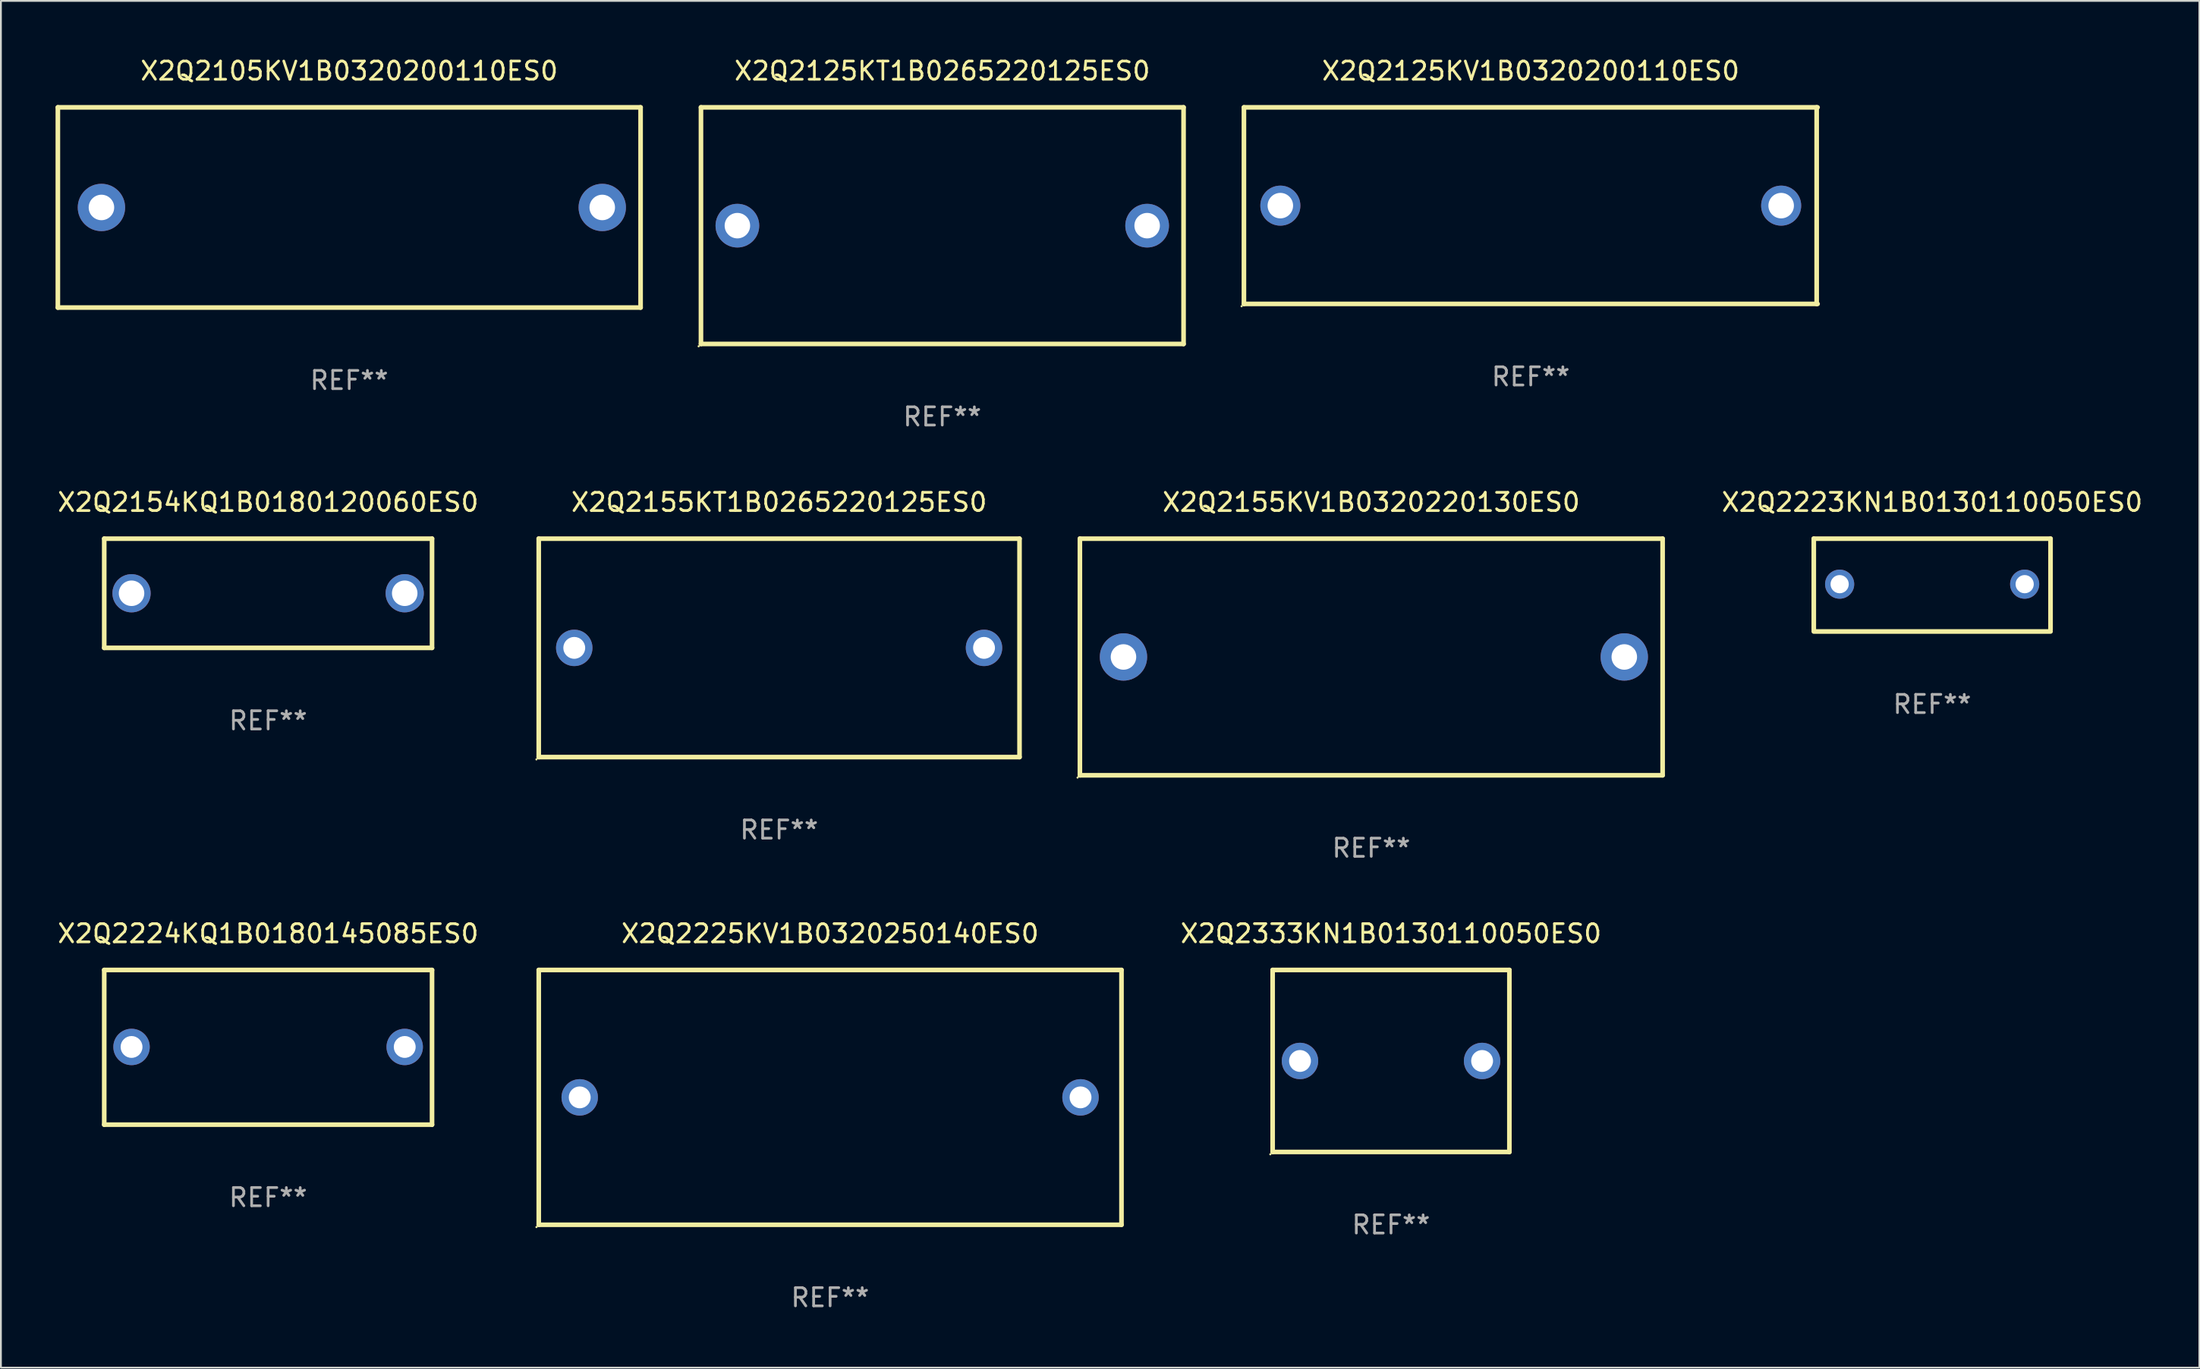
<source format=kicad_pcb>
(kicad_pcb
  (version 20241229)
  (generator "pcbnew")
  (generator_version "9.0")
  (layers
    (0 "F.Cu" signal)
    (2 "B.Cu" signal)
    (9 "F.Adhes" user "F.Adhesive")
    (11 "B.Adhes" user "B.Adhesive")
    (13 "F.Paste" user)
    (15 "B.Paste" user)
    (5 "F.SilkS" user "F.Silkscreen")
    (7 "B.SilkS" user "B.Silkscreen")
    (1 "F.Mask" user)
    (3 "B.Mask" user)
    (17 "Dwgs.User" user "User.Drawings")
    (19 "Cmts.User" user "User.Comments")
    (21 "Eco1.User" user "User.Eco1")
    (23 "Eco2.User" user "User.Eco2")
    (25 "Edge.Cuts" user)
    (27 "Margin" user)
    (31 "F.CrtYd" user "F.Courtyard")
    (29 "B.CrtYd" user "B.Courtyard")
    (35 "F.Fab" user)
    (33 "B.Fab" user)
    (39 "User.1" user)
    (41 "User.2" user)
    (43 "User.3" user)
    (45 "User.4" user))
  (footprint "X2Q2225KV1B0320250140ES0"
    (layer "F.Cu")
    (at 42.532 57.241)
    (property "Reference" "X2Q2225KV1B0320250140ES0" (at 0 -9 0) (layer "F.SilkS") (effects (font (size 1 1) (thickness 0.15))))
    (attr through_hole)
    (fp_line (start -15.999 -7) (end -15.999 7) (stroke (width 0.254) (type solid)) (layer "F.SilkS"))
    (fp_line (start -15.999 -7) (end 15.999 -7) (stroke (width 0.254) (type solid)) (layer "F.SilkS"))
    (fp_line (start 15.999 -7) (end 15.999 7) (stroke (width 0.254) (type solid)) (layer "F.SilkS"))
    (fp_line (start 15.999 7) (end -15.999 7) (stroke (width 0.254) (type solid)) (layer "F.SilkS"))
    (fp_circle (center -16.126 7.127) (end -16.096 7.127) (stroke (width 0.06) (type solid)) (fill no) (layer "F.SilkS"))
    (fp_text user "REF**" (at 0 11 0) (layer "F.Fab") (effects (font (size 1 1) (thickness 0.15))))
    (pad "1" thru_hole circle (at -13.75 0) (size 2 2) (drill 1.2) (layers "*.Cu" "*.Mask"))
    (pad "2" thru_hole circle (at 13.75 0) (size 2 2) (drill 1.2) (layers "*.Cu" "*.Mask")))
  (footprint "X2Q2223KN1B0130110050ES0"
    (layer "F.Cu")
    (at 103.045 29.095)
    (property "Reference" "X2Q2223KN1B0130110050ES0" (at 0 -4.55 0) (layer "F.SilkS") (effects (font (size 1 1) (thickness 0.15))))
    (attr through_hole)
    (fp_line (start -6.5 -2.55) (end 6.5 -2.55) (stroke (width 0.254) (type solid)) (layer "F.SilkS"))
    (fp_line (start -6.5 2.45) (end -6.5 -2.55) (stroke (width 0.254) (type solid)) (layer "F.SilkS"))
    (fp_line (start 6.5 -2.55) (end 6.5 2.45) (stroke (width 0.254) (type solid)) (layer "F.SilkS"))
    (fp_line (start 6.5 2.55) (end -6.5 2.55) (stroke (width 0.254) (type solid)) (layer "F.SilkS"))
    (fp_circle (center -6.5 2.45) (end -6.47 2.45) (stroke (width 0.06) (type solid)) (fill no) (layer "F.SilkS"))
    (fp_text user "REF**" (at 0 6.55 0) (layer "F.Fab") (effects (font (size 1 1) (thickness 0.15))))
    (pad "1" thru_hole circle (at -5.08 -0.05) (size 1.6 1.6) (drill 1) (layers "*.Cu" "*.Mask"))
    (pad "2" thru_hole circle (at 5.08 -0.05) (size 1.6 1.6) (drill 1) (layers "*.Cu" "*.Mask")))
  (footprint "X2Q2155KV1B0320220130ES0"
    (layer "F.Cu")
    (at 72.246 33.045)
    (property "Reference" "X2Q2155KV1B0320220130ES0" (at 0 -8.5 0) (layer "F.SilkS") (effects (font (size 1 1) (thickness 0.15))))
    (attr through_hole)
    (fp_line (start -15.999 -6.5) (end -15.999 6.5) (stroke (width 0.254) (type solid)) (layer "F.SilkS"))
    (fp_line (start -15.999 -6.5) (end 15.999 -6.5) (stroke (width 0.254) (type solid)) (layer "F.SilkS"))
    (fp_line (start 15.999 -6.5) (end 15.999 6.5) (stroke (width 0.254) (type solid)) (layer "F.SilkS"))
    (fp_line (start 15.999 6.5) (end -15.999 6.5) (stroke (width 0.254) (type solid)) (layer "F.SilkS"))
    (fp_circle (center -16.126 6.627) (end -16.096 6.627) (stroke (width 0.06) (type solid)) (fill no) (layer "F.SilkS"))
    (fp_text user "REF**" (at 0 10.5 0) (layer "F.Fab") (effects (font (size 1 1) (thickness 0.15))))
    (pad "1" thru_hole circle (at -13.606 0) (size 2.6 2.6) (drill 1.4) (layers "*.Cu" "*.Mask"))
    (pad "2" thru_hole circle (at 13.894 0) (size 2.6 2.6) (drill 1.4) (layers "*.Cu" "*.Mask")))
  (footprint "X2Q2154KQ1B0180120060ES0"
    (layer "F.Cu")
    (at 11.673 29.545)
    (property "Reference" "X2Q2154KQ1B0180120060ES0" (at 0 -5 0) (layer "F.SilkS") (effects (font (size 1 1) (thickness 0.15))))
    (attr through_hole)
    (fp_line (start -9 -3) (end 9 -3) (stroke (width 0.254) (type solid)) (layer "F.SilkS"))
    (fp_line (start -9 3) (end -9 -3) (stroke (width 0.254) (type solid)) (layer "F.SilkS"))
    (fp_line (start 9 -3) (end 9 3) (stroke (width 0.254) (type solid)) (layer "F.SilkS"))
    (fp_line (start 9 3) (end -9 3) (stroke (width 0.254) (type solid)) (layer "F.SilkS"))
    (fp_circle (center -9 3) (end -8.97 3) (stroke (width 0.06) (type solid)) (fill no) (layer "F.SilkS"))
    (fp_text user "REF**" (at 0 7 0) (layer "F.Fab") (effects (font (size 1 1) (thickness 0.15))))
    (pad "1" thru_hole circle (at -7.5 0) (size 2.1 2.1) (drill 1.4) (layers "*.Cu" "*.Mask"))
    (pad "2" thru_hole circle (at 7.5 0) (size 2.1 2.1) (drill 1.4) (layers "*.Cu" "*.Mask")))
  (footprint "X2Q2333KN1B0130110050ES0"
    (layer "F.Cu")
    (at 73.331 55.241)
    (property "Reference" "X2Q2333KN1B0130110050ES0" (at 0 -7 0) (layer "F.SilkS") (effects (font (size 1 1) (thickness 0.15))))
    (attr through_hole)
    (fp_line (start -6.5 -5) (end -6.5 5) (stroke (width 0.254) (type solid)) (layer "F.SilkS"))
    (fp_line (start -6.5 -5) (end 6.5 -5) (stroke (width 0.254) (type solid)) (layer "F.SilkS"))
    (fp_line (start 6.5 -5) (end 6.5 5) (stroke (width 0.254) (type solid)) (layer "F.SilkS"))
    (fp_line (start 6.5 5) (end -6.5 5) (stroke (width 0.254) (type solid)) (layer "F.SilkS"))
    (fp_circle (center -6.627 5.127) (end -6.597 5.127) (stroke (width 0.06) (type solid)) (fill no) (layer "F.SilkS"))
    (fp_text user "REF**" (at 0 9 0) (layer "F.Fab") (effects (font (size 1 1) (thickness 0.15))))
    (pad "1" thru_hole circle (at -4.999 0) (size 2 2) (drill 1.2) (layers "*.Cu" "*.Mask"))
    (pad "2" thru_hole circle (at 5.001 0) (size 2 2) (drill 1.2) (layers "*.Cu" "*.Mask")))
  (footprint "X2Q2224KQ1B0180145085ES0"
    (layer "F.Cu")
    (at 11.673 54.491)
    (property "Reference" "X2Q2224KQ1B0180145085ES0" (at 0 -6.25 0) (layer "F.SilkS") (effects (font (size 1 1) (thickness 0.15))))
    (attr through_hole)
    (fp_line (start -9 -4.25) (end -9 4.25) (stroke (width 0.254) (type solid)) (layer "F.SilkS"))
    (fp_line (start -9 -4.25) (end 9 -4.25) (stroke (width 0.254) (type solid)) (layer "F.SilkS"))
    (fp_line (start -9 4.25) (end 9 4.25) (stroke (width 0.254) (type solid)) (layer "F.SilkS"))
    (fp_line (start 9 -4.25) (end 9 4.25) (stroke (width 0.254) (type solid)) (layer "F.SilkS"))
    (fp_circle (center -9 4.23) (end -8.97 4.23) (stroke (width 0.06) (type solid)) (fill no) (layer "F.SilkS"))
    (fp_text user "REF**" (at 0 8.25 0) (layer "F.Fab") (effects (font (size 1 1) (thickness 0.15))))
    (pad "1" thru_hole circle (at -7.5 -0.02) (size 2 2) (drill 1.2) (layers "*.Cu" "*.Mask"))
    (pad "2" thru_hole circle (at 7.5 -0.02) (size 2 2) (drill 1.2) (layers "*.Cu" "*.Mask")))
  (footprint "X2Q2105KV1B0320200110ES0"
    (layer "F.Cu")
    (at 16.126 8.348)
    (property "Reference" "X2Q2105KV1B0320200110ES0" (at 0 -7.5 0) (layer "F.SilkS") (effects (font (size 1 1) (thickness 0.15))))
    (attr through_hole)
    (fp_line (start -15.999 -5.5) (end -15.999 5.5) (stroke (width 0.254) (type solid)) (layer "F.SilkS"))
    (fp_line (start -15.999 -5.5) (end 15.999 -5.5) (stroke (width 0.254) (type solid)) (layer "F.SilkS"))
    (fp_line (start 15.999 -5.5) (end 15.999 5.5) (stroke (width 0.254) (type solid)) (layer "F.SilkS"))
    (fp_line (start 15.999 5.5) (end -15.999 5.5) (stroke (width 0.254) (type solid)) (layer "F.SilkS"))
    (fp_circle (center -16.008 5.5) (end -15.978 5.5) (stroke (width 0.06) (type solid)) (fill no) (layer "F.SilkS"))
    (fp_text user "REF**" (at 0 9.5 0) (layer "F.Fab") (effects (font (size 1 1) (thickness 0.15))))
    (pad "1" thru_hole circle (at -13.606 0) (size 2.6 2.6) (drill 1.4) (layers "*.Cu" "*.Mask"))
    (pad "2" thru_hole circle (at 13.894 0) (size 2.6 2.6) (drill 1.4) (layers "*.Cu" "*.Mask")))
  (footprint "X2Q2155KT1B0265220125ES0"
    (layer "F.Cu")
    (at 39.732 32.545)
    (property "Reference" "X2Q2155KT1B0265220125ES0" (at 0 -8 0) (layer "F.SilkS") (effects (font (size 1 1) (thickness 0.15))))
    (attr through_hole)
    (fp_line (start -13.2 -6) (end 13.2 -6) (stroke (width 0.254) (type solid)) (layer "F.SilkS"))
    (fp_line (start -13.2 6) (end -13.2 -6) (stroke (width 0.254) (type solid)) (layer "F.SilkS"))
    (fp_line (start -13.2 6) (end 13.2 6) (stroke (width 0.254) (type solid)) (layer "F.SilkS"))
    (fp_line (start 13.2 -6) (end 13.2 6) (stroke (width 0.254) (type solid)) (layer "F.SilkS"))
    (fp_circle (center -13.327 6.127) (end -13.297 6.127) (stroke (width 0.06) (type solid)) (fill no) (layer "F.SilkS"))
    (fp_text user "REF**" (at 0 10 0) (layer "F.Fab") (effects (font (size 1 1) (thickness 0.15))))
    (pad "1" thru_hole circle (at -11.25 0) (size 2 2) (drill 1.2) (layers "*.Cu" "*.Mask"))
    (pad "2" thru_hole circle (at 11.25 0) (size 2 2) (drill 1.2) (layers "*.Cu" "*.Mask")))
  (footprint "X2Q2125KV1B0320200110ES0"
    (layer "F.Cu")
    (at 81.004 8.248)
    (property "Reference" "X2Q2125KV1B0320200110ES0" (at 0 -7.4 0) (layer "F.SilkS") (effects (font (size 1 1) (thickness 0.15))))
    (attr through_hole)
    (fp_line (start -15.75 -5.4) (end 15.75 -5.4) (stroke (width 0.254) (type solid)) (layer "F.SilkS"))
    (fp_line (start -15.75 5.4) (end -15.75 -5.4) (stroke (width 0.254) (type solid)) (layer "F.SilkS"))
    (fp_line (start 15.7 -5.4) (end 15.7 5.4) (stroke (width 0.254) (type solid)) (layer "F.SilkS"))
    (fp_line (start 15.75 5.4) (end -15.75 5.4) (stroke (width 0.254) (type solid)) (layer "F.SilkS"))
    (fp_circle (center -15.877 5.527) (end -15.847 5.527) (stroke (width 0.06) (type solid)) (fill no) (layer "F.SilkS"))
    (fp_text user "REF**" (at 0 9.4 0) (layer "F.Fab") (effects (font (size 1 1) (thickness 0.15))))
    (pad "1" thru_hole circle (at -13.75 0) (size 2.2 2.2) (drill 1.4) (layers "*.Cu" "*.Mask"))
    (pad "2" thru_hole circle (at 13.75 0) (size 2.2 2.2) (drill 1.4) (layers "*.Cu" "*.Mask")))
  (footprint "X2Q2125KT1B0265220125ES0"
    (layer "F.Cu")
    (at 48.69 9.348)
    (property "Reference" "X2Q2125KT1B0265220125ES0" (at 0 -8.5 0) (layer "F.SilkS") (effects (font (size 1 1) (thickness 0.15))))
    (attr through_hole)
    (fp_line (start -13.25 -6.5) (end 13.25 -6.5) (stroke (width 0.254) (type solid)) (layer "F.SilkS"))
    (fp_line (start -13.25 6.5) (end -13.25 -6.5) (stroke (width 0.254) (type solid)) (layer "F.SilkS"))
    (fp_line (start 13.25 -6.5) (end 13.25 6.5) (stroke (width 0.254) (type solid)) (layer "F.SilkS"))
    (fp_line (start 13.25 6.5) (end -13.25 6.5) (stroke (width 0.254) (type solid)) (layer "F.SilkS"))
    (fp_circle (center -13.377 6.627) (end -13.347 6.627) (stroke (width 0.06) (type solid)) (fill no) (layer "F.SilkS"))
    (fp_text user "REF**" (at 0 10.5 0) (layer "F.Fab") (effects (font (size 1 1) (thickness 0.15))))
    (pad "1" thru_hole circle (at -11.25 0) (size 2.4 2.4) (drill 1.4) (layers "*.Cu" "*.Mask"))
    (pad "2" thru_hole circle (at 11.25 0) (size 2.4 2.4) (drill 1.4) (layers "*.Cu" "*.Mask")))
  (gr_rect
    (start -3 -3)
    (end 117.717 72.09)
    (stroke (width 0.1) (type default))
    (fill no)
    (layer "Edge.Cuts")))
</source>
